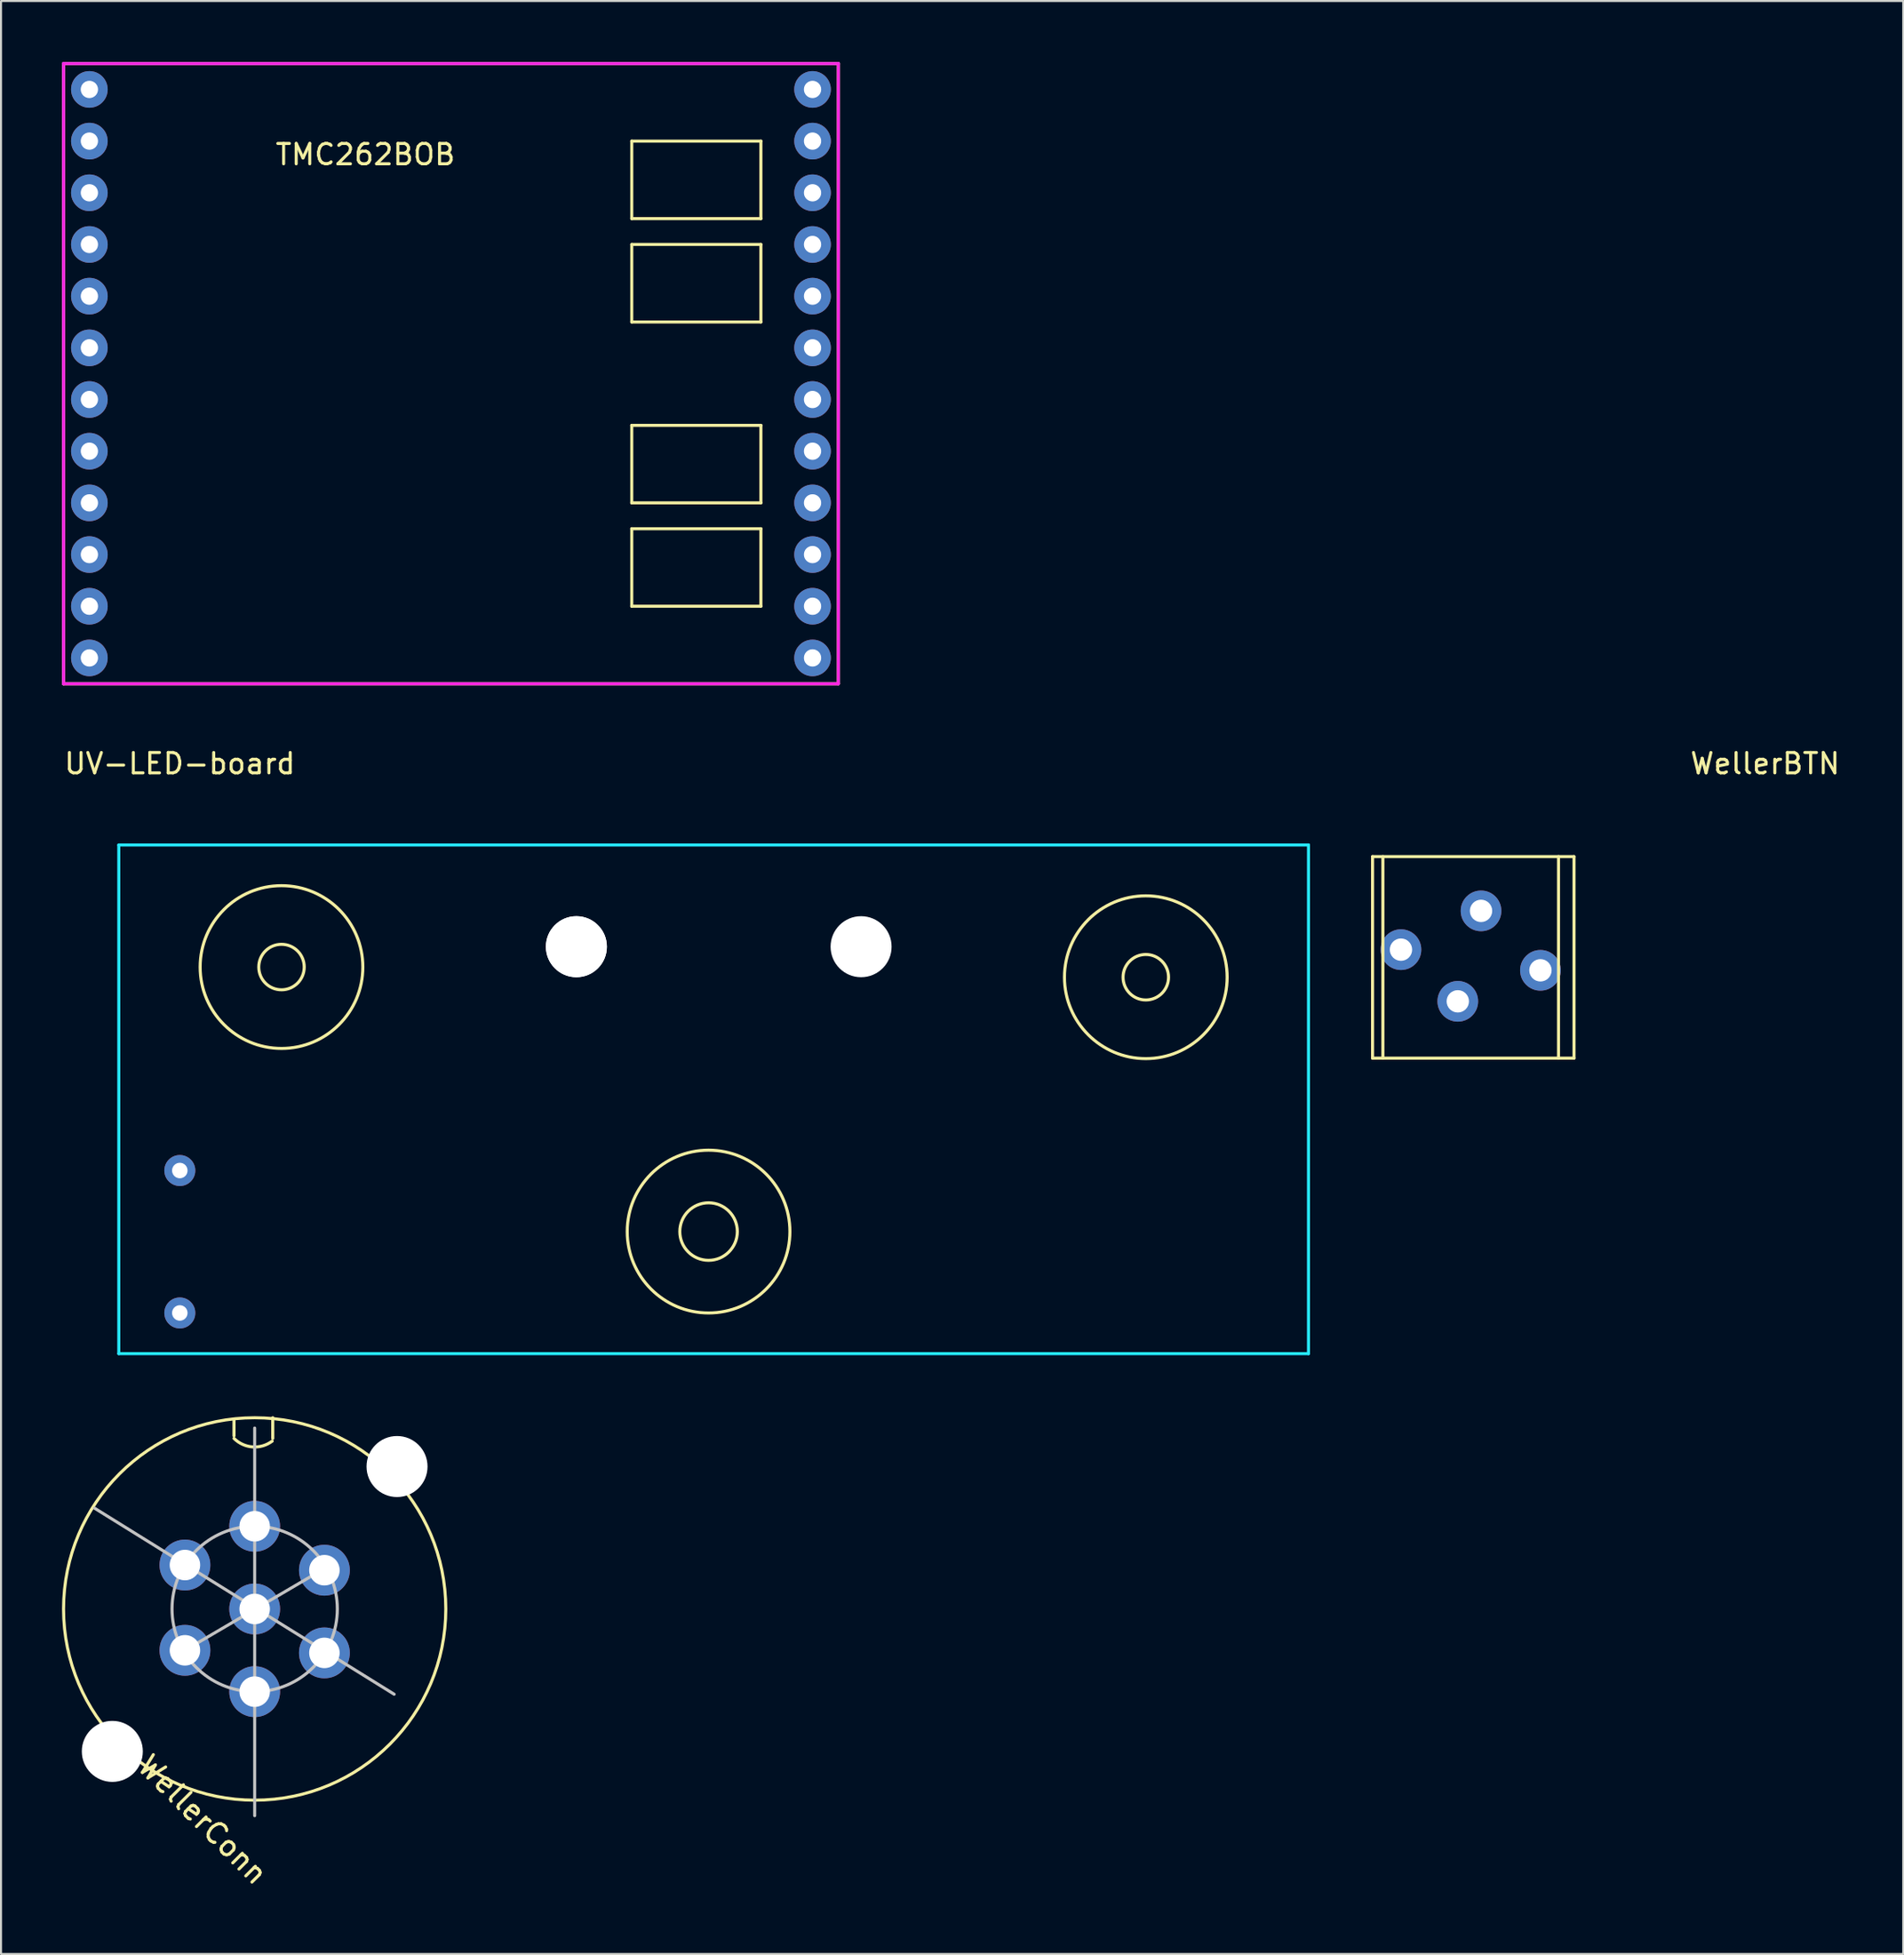
<source format=kicad_pcb>
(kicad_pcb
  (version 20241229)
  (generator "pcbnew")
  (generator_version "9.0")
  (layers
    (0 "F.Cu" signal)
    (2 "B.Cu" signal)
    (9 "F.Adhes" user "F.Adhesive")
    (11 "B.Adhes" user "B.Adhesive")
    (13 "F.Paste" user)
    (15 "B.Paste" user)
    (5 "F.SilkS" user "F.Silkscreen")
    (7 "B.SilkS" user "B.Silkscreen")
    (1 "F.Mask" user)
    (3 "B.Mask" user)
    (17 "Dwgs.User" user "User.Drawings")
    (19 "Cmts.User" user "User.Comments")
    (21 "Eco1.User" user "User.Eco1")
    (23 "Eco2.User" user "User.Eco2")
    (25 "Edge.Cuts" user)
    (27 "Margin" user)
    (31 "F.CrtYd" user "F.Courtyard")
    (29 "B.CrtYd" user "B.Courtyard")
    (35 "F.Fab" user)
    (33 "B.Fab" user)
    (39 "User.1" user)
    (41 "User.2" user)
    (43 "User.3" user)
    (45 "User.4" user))
  (footprint "WellerBTN"
    (layer "F.Cu")
    (at 69.268 44.13)
    (property "Reference" "WellerBTN" (at 14.478 -9.652 0) (layer "F.SilkS") (effects (font (size 1 1) (thickness 0.15))))
    (attr through_hole)
    (fp_line (start -4.826 -5.08) (end 5.08 -5.08) (stroke (width 0.15) (type solid)) (layer "F.SilkS"))
    (fp_line (start -4.826 4.826) (end -4.826 -5.08) (stroke (width 0.15) (type solid)) (layer "F.SilkS"))
    (fp_line (start -4.318 4.826) (end -4.318 -5.08) (stroke (width 0.15) (type solid)) (layer "F.SilkS"))
    (fp_line (start 4.318 -5.08) (end 4.318 4.826) (stroke (width 0.15) (type solid)) (layer "F.SilkS"))
    (fp_line (start 5.08 -5.08) (end 5.08 4.826) (stroke (width 0.15) (type solid)) (layer "F.SilkS"))
    (fp_line (start 5.08 4.826) (end -4.826 4.826) (stroke (width 0.15) (type solid)) (layer "F.SilkS"))
    (pad "1" thru_hole circle (at 0.508 -2.413) (size 2 2) (drill 1.1) (layers "*.Cu" "*.Mask"))
    (pad "2" thru_hole circle (at -3.429 -0.508) (size 2 2) (drill 1.1) (layers "*.Cu" "*.Mask"))
    (pad "3" thru_hole circle (at -0.635 2.032) (size 2 2) (drill 1.1) (layers "*.Cu" "*.Mask"))
    (pad "4" thru_hole circle (at 3.429 0.508) (size 2 2) (drill 1.1) (layers "*.Cu" "*.Mask")))
  (footprint "WellerConn"
    (layer "F.Cu")
    (at 9.473 76.026)
    (property "Reference" "WellerConn" (at -2.557 10.356 315) (layer "F.SilkS") (effects (font (size 1 1) (thickness 0.15))))
    (attr through_hole)
    (fp_line (start -1.016 -8.509) (end -1.016 -9.271) (stroke (width 0.15) (type solid)) (layer "F.SilkS"))
    (fp_line (start 0.889 -9.398) (end 0.889 -8.382) (stroke (width 0.15) (type solid)) (layer "F.SilkS"))
    (fp_arc (start 0.862104 -8.248528) (mid -0.101856 -7.964775) (end -1.015999 -8.382001) (stroke (width 0.15) (type solid)) (layer "F.SilkS"))
    (fp_circle (center 0 0) (end 0 9.398) (stroke (width 0.15) (type solid)) (fill no) (layer "F.SilkS"))
    (fp_line (start -7.874 -4.953) (end 6.858 4.191) (stroke (width 0.15) (type solid)) (layer "Dwgs.User"))
    (fp_line (start -3.429 2.032) (end 3.937 -2.286) (stroke (width 0.15) (type solid)) (layer "Dwgs.User"))
    (fp_line (start 0 -8.89) (end 0 10.16) (stroke (width 0.15) (type solid)) (layer "Dwgs.User"))
    (fp_circle (center 0 0) (end 4.064 0) (stroke (width 0.15) (type solid)) (fill no) (layer "Dwgs.User"))
    (pad "" np_thru_hole circle (at -7 7 45) (size 3 3) (drill 3) (layers "*.Cu" "*.Mask"))
    (pad "" np_thru_hole circle (at 7 -7 45) (size 3 3) (drill 3) (layers "*.Cu" "*.Mask"))
    (pad "1" thru_hole circle (at 3.429 -1.905 15) (size 2.5 2.5) (drill 1.5) (layers "*.Cu" "*.Mask"))
    (pad "2" thru_hole circle (at 3.429 2.159 15) (size 2.5 2.5) (drill 1.5) (layers "*.Cu" "*.Mask"))
    (pad "3" thru_hole circle (at 0 4.064 15) (size 2.5 2.5) (drill 1.5) (layers "*.Cu" "*.Mask"))
    (pad "4" thru_hole circle (at -3.429 2.032 15) (size 2.5 2.5) (drill 1.5) (layers "*.Cu" "*.Mask"))
    (pad "5" thru_hole circle (at -3.429 -2.159 15) (size 2.5 2.5) (drill 1.5) (layers "*.Cu" "*.Mask"))
    (pad "6" thru_hole circle (at 0 0 15) (size 2.5 2.5) (drill 1.5) (layers "*.Cu" "*.Mask"))
    (pad "7" thru_hole circle (at 0 -4.064 15) (size 2.5 2.5) (drill 1.5) (layers "*.Cu" "*.Mask")))
  (footprint "TMC262BOB"
    (layer "F.Cu")
    (at 1.345 1.345)
    (property "Reference" "TMC262BOB" (at 13.575 3.2 0) (layer "F.SilkS") (effects (font (size 1 1) (thickness 0.15))))
    (attr through_hole)
    (fp_line (start -1.27 -1.27) (end 36.83 -1.27) (stroke (width 0.15) (type solid)) (layer "F.SilkS"))
    (fp_line (start -1.27 29.21) (end -1.27 -1.27) (stroke (width 0.15) (type solid)) (layer "F.SilkS"))
    (fp_line (start 26.67 2.54) (end 33.02 2.54) (stroke (width 0.15) (type solid)) (layer "F.SilkS"))
    (fp_line (start 26.67 6.35) (end 26.67 2.54) (stroke (width 0.15) (type solid)) (layer "F.SilkS"))
    (fp_line (start 26.67 7.62) (end 33.02 7.62) (stroke (width 0.15) (type solid)) (layer "F.SilkS"))
    (fp_line (start 26.67 11.43) (end 26.67 7.62) (stroke (width 0.15) (type solid)) (layer "F.SilkS"))
    (fp_line (start 26.67 16.51) (end 33.02 16.51) (stroke (width 0.15) (type solid)) (layer "F.SilkS"))
    (fp_line (start 26.67 20.32) (end 26.67 16.51) (stroke (width 0.15) (type solid)) (layer "F.SilkS"))
    (fp_line (start 26.67 21.59) (end 33.02 21.59) (stroke (width 0.15) (type solid)) (layer "F.SilkS"))
    (fp_line (start 26.67 25.4) (end 26.67 21.59) (stroke (width 0.15) (type solid)) (layer "F.SilkS"))
    (fp_line (start 33.02 2.54) (end 33.02 6.35) (stroke (width 0.15) (type solid)) (layer "F.SilkS"))
    (fp_line (start 33.02 6.35) (end 26.67 6.35) (stroke (width 0.15) (type solid)) (layer "F.SilkS"))
    (fp_line (start 33.02 7.62) (end 33.02 11.43) (stroke (width 0.15) (type solid)) (layer "F.SilkS"))
    (fp_line (start 33.02 11.43) (end 26.67 11.43) (stroke (width 0.15) (type solid)) (layer "F.SilkS"))
    (fp_line (start 33.02 16.51) (end 33.02 20.32) (stroke (width 0.15) (type solid)) (layer "F.SilkS"))
    (fp_line (start 33.02 20.32) (end 26.67 20.32) (stroke (width 0.15) (type solid)) (layer "F.SilkS"))
    (fp_line (start 33.02 21.59) (end 33.02 25.4) (stroke (width 0.15) (type solid)) (layer "F.SilkS"))
    (fp_line (start 33.02 25.4) (end 26.67 25.4) (stroke (width 0.15) (type solid)) (layer "F.SilkS"))
    (fp_line (start 36.83 -1.27) (end 36.83 29.21) (stroke (width 0.15) (type solid)) (layer "F.SilkS"))
    (fp_line (start 36.83 29.21) (end -1.27 29.21) (stroke (width 0.15) (type solid)) (layer "F.SilkS"))
    (fp_line (start -1.27 -1.27) (end 36.83 -1.27) (stroke (width 0.15) (type solid)) (layer "F.CrtYd"))
    (fp_line (start -1.27 29.21) (end -1.27 -1.27) (stroke (width 0.15) (type solid)) (layer "F.CrtYd"))
    (fp_line (start 36.83 -1.27) (end 36.83 29.21) (stroke (width 0.15) (type solid)) (layer "F.CrtYd"))
    (fp_line (start 36.83 29.21) (end -1.27 29.21) (stroke (width 0.15) (type solid)) (layer "F.CrtYd"))
    (pad "1" thru_hole circle (at 0 0) (size 1.8 1.8) (drill 0.85) (layers "*.Cu" "*.Mask"))
    (pad "2" thru_hole circle (at 0 2.54) (size 1.8 1.8) (drill 0.85) (layers "*.Cu" "*.Mask"))
    (pad "3" thru_hole circle (at 0 5.08) (size 1.8 1.8) (drill 0.85) (layers "*.Cu" "*.Mask"))
    (pad "4" thru_hole circle (at 0 7.62) (size 1.8 1.8) (drill 0.85) (layers "*.Cu" "*.Mask"))
    (pad "5" thru_hole circle (at 0 10.16) (size 1.8 1.8) (drill 0.85) (layers "*.Cu" "*.Mask"))
    (pad "6" thru_hole circle (at 0 12.7) (size 1.8 1.8) (drill 0.85) (layers "*.Cu" "*.Mask"))
    (pad "7" thru_hole circle (at 0 15.24) (size 1.8 1.8) (drill 0.85) (layers "*.Cu" "*.Mask"))
    (pad "8" thru_hole circle (at 0 17.78) (size 1.8 1.8) (drill 0.85) (layers "*.Cu" "*.Mask"))
    (pad "9" thru_hole circle (at 0 20.32) (size 1.8 1.8) (drill 0.85) (layers "*.Cu" "*.Mask"))
    (pad "10" thru_hole circle (at 0 22.86) (size 1.8 1.8) (drill 0.85) (layers "*.Cu" "*.Mask"))
    (pad "11" thru_hole circle (at 0 25.4) (size 1.8 1.8) (drill 0.85) (layers "*.Cu" "*.Mask"))
    (pad "12" thru_hole circle (at 0 27.94) (size 1.8 1.8) (drill 0.85) (layers "*.Cu" "*.Mask"))
    (pad "13" thru_hole circle (at 35.56 27.94) (size 1.8 1.8) (drill 0.85) (layers "*.Cu" "*.Mask"))
    (pad "14" thru_hole circle (at 35.56 25.4) (size 1.8 1.8) (drill 0.85) (layers "*.Cu" "*.Mask"))
    (pad "15" thru_hole circle (at 35.56 22.86) (size 1.8 1.8) (drill 0.85) (layers "*.Cu" "*.Mask"))
    (pad "16" thru_hole circle (at 35.56 20.32) (size 1.8 1.8) (drill 0.85) (layers "*.Cu" "*.Mask"))
    (pad "17" thru_hole circle (at 35.56 17.78) (size 1.8 1.8) (drill 0.85) (layers "*.Cu" "*.Mask"))
    (pad "18" thru_hole circle (at 35.56 15.24) (size 1.8 1.8) (drill 0.85) (layers "*.Cu" "*.Mask"))
    (pad "19" thru_hole circle (at 35.56 12.7) (size 1.8 1.8) (drill 0.85) (layers "*.Cu" "*.Mask"))
    (pad "20" thru_hole circle (at 35.56 10.16) (size 1.8 1.8) (drill 0.85) (layers "*.Cu" "*.Mask"))
    (pad "21" thru_hole circle (at 35.56 7.62) (size 1.8 1.8) (drill 0.85) (layers "*.Cu" "*.Mask"))
    (pad "22" thru_hole circle (at 35.56 5.08) (size 1.8 1.8) (drill 0.85) (layers "*.Cu" "*.Mask"))
    (pad "23" thru_hole circle (at 35.56 2.54) (size 1.8 1.8) (drill 0.85) (layers "*.Cu" "*.Mask"))
    (pad "24" thru_hole circle (at 35.56 0) (size 1.8 1.8) (drill 0.85) (layers "*.Cu" "*.Mask")))
  (footprint "UV-LED-board"
    (layer "F.Cu")
    (at 2.792 38.478)
    (property "Reference" "UV-LED-board" (at 3 -4 0) (layer "F.SilkS") (effects (font (size 1 1) (thickness 0.15))))
    (attr through_hole)
    (fp_circle (center 8 6) (end 9 6.5) (stroke (width 0.15) (type solid)) (fill no) (layer "F.SilkS"))
    (fp_circle (center 8 6) (end 12 6) (stroke (width 0.15) (type solid)) (fill no) (layer "F.SilkS"))
    (fp_circle (center 29 19) (end 30 20) (stroke (width 0.15) (type solid)) (fill no) (layer "F.SilkS"))
    (fp_circle (center 29 19) (end 33 19) (stroke (width 0.15) (type solid)) (fill no) (layer "F.SilkS"))
    (fp_circle (center 50.5 6.5) (end 51.5 7) (stroke (width 0.15) (type solid)) (fill no) (layer "F.SilkS"))
    (fp_circle (center 50.5 6.5) (end 54.5 6.5) (stroke (width 0.15) (type solid)) (fill no) (layer "F.SilkS"))
    (fp_line (start 0 0) (end 58.5 0) (stroke (width 0.15) (type solid)) (layer "B.CrtYd"))
    (fp_line (start 0 25) (end 0 0) (stroke (width 0.15) (type solid)) (layer "B.CrtYd"))
    (fp_line (start 58.5 0) (end 58.5 25) (stroke (width 0.15) (type solid)) (layer "B.CrtYd"))
    (fp_line (start 58.5 25) (end 0 25) (stroke (width 0.15) (type solid)) (layer "B.CrtYd"))
    (pad "" np_thru_hole circle (at 22.5 5) (size 3 3) (drill 3) (layers "*.Cu" "*.Mask"))
    (pad "" np_thru_hole circle (at 22.5 5) (size 3 3) (drill 3) (layers "*.Cu" "*.Mask"))
    (pad "" np_thru_hole circle (at 36.5 5) (size 3 3) (drill 3) (layers "*.Cu" "*.Mask"))
    (pad "1" thru_hole oval (at 3 23) (size 1.524 1.524) (drill 0.762) (layers "*.Cu" "*.Mask"))
    (pad "2" thru_hole circle (at 3 16) (size 1.524 1.524) (drill 0.762) (layers "*.Cu" "*.Mask")))
  (gr_rect
    (start -3 -3)
    (end 90.537 92.983)
    (stroke (width 0.1) (type default))
    (fill no)
    (layer "Edge.Cuts")))
</source>
